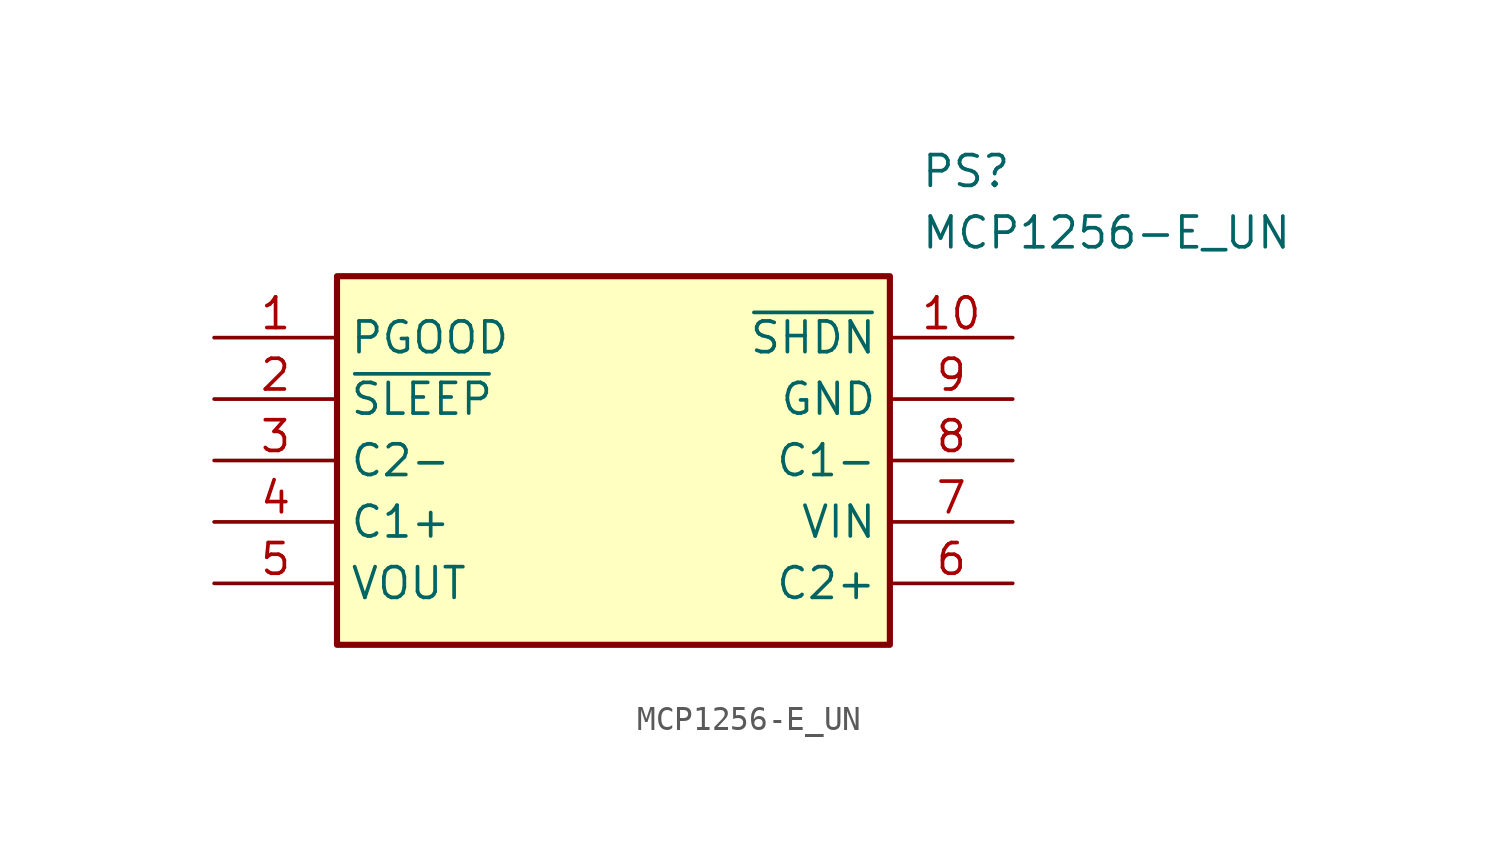
<source format=kicad_sym>
(kicad_symbol_lib
  (version 20211014)
  (generator SamacSys_ECAD_Model)
  (symbol "MCP1256-E_UN"
    (property "Reference" "PS"
      (at 29.21 7.62 0)
      (effects (font (size 1.27 1.27)) (justify left top)))
    (property "Value" "MCP1256-E_UN"
      (at 29.21 5.08 0)
      (effects (font (size 1.27 1.27)) (justify left top)))
    (rectangle
      (start 5.08 2.54)
      (end 27.94 -12.7)
      (stroke (width 0.254) (type default))
      (fill (type background)))
    (pin output line
      (at 0 0 0)
      (length 5.08)
      (name "PGOOD" (effects (font (size 1.27 1.27))))
      (number "1" (effects (font (size 1.27 1.27)))))
    (pin input line
      (at 0 -2.54 0)
      (length 5.08)
      (name "~{SLEEP}" (effects (font (size 1.27 1.27))))
      (number "2" (effects (font (size 1.27 1.27)))))
    (pin passive line
      (at 0 -5.08 0)
      (length 5.08)
      (name "C2-" (effects (font (size 1.27 1.27))))
      (number "3" (effects (font (size 1.27 1.27)))))
    (pin passive line
      (at 0 -7.62 0)
      (length 5.08)
      (name "C1+" (effects (font (size 1.27 1.27))))
      (number "4" (effects (font (size 1.27 1.27)))))
    (pin output line
      (at 0 -10.16 0)
      (length 5.08)
      (name "VOUT" (effects (font (size 1.27 1.27))))
      (number "5" (effects (font (size 1.27 1.27)))))
    (pin input line
      (at 33.02 0 180)
      (length 5.08)
      (name "~{SHDN}" (effects (font (size 1.27 1.27))))
      (number "10" (effects (font (size 1.27 1.27)))))
    (pin power_in line
      (at 33.02 -2.54 180)
      (length 5.08)
      (name "GND" (effects (font (size 1.27 1.27))))
      (number "9" (effects (font (size 1.27 1.27)))))
    (pin passive line
      (at 33.02 -5.08 180)
      (length 5.08)
      (name "C1-" (effects (font (size 1.27 1.27))))
      (number "8" (effects (font (size 1.27 1.27)))))
    (pin input line
      (at 33.02 -7.62 180)
      (length 5.08)
      (name "VIN" (effects (font (size 1.27 1.27))))
      (number "7" (effects (font (size 1.27 1.27)))))
    (pin passive line
      (at 33.02 -10.16 180)
      (length 5.08)
      (name "C2+" (effects (font (size 1.27 1.27))))
      (number "6" (effects (font (size 1.27 1.27)))))))
</source>
